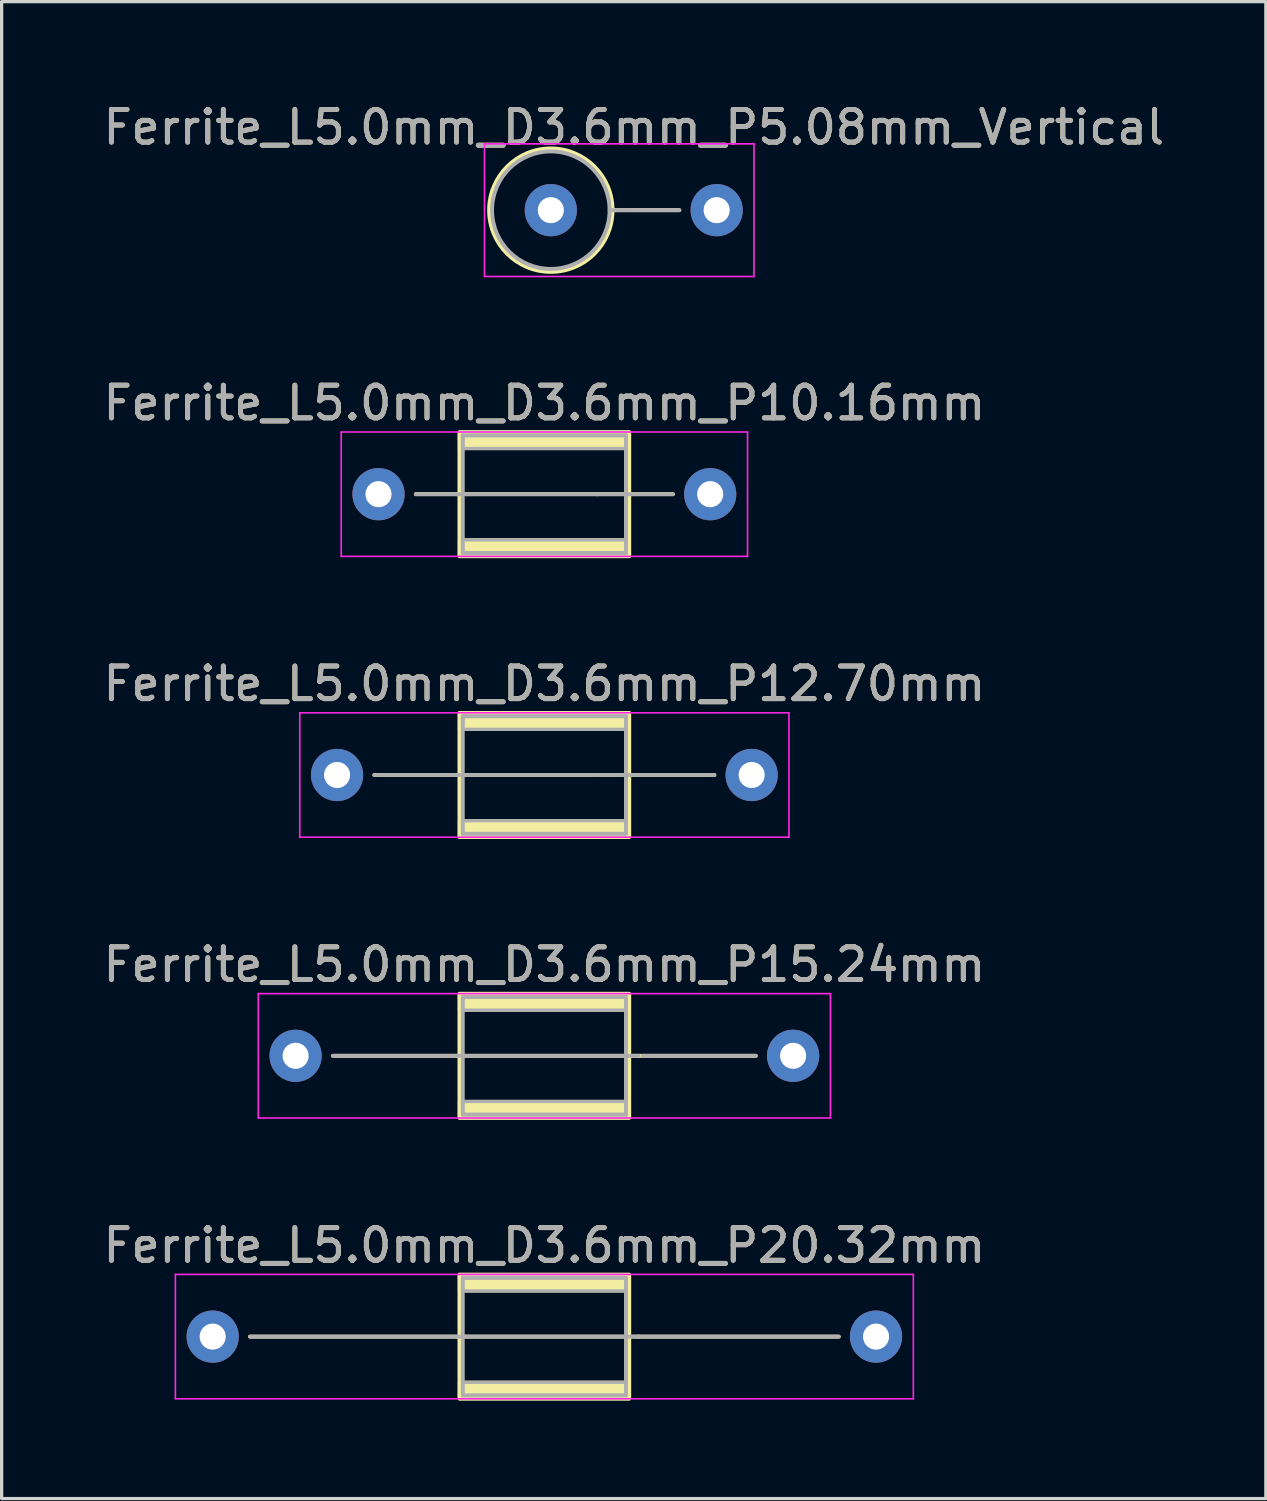
<source format=kicad_pcb>
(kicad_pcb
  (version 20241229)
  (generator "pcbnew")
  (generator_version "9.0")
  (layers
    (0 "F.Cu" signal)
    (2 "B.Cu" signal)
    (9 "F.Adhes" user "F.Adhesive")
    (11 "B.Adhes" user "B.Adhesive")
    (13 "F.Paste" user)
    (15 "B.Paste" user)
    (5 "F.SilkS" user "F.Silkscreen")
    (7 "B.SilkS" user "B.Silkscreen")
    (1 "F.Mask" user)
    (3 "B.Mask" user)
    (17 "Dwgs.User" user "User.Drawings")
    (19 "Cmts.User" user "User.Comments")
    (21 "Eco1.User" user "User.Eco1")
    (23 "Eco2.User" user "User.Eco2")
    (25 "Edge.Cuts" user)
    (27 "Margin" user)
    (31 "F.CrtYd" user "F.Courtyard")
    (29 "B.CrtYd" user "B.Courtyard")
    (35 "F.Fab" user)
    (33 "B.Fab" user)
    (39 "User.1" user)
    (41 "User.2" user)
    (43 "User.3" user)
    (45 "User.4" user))
  (footprint "Ferrite_L5.0mm_D3.6mm_P5.08mm_Vertical"
    (layer "F.Cu")
    (at 13.823 3.388)
    (property "Reference" "Ferrite_L5.0mm_D3.6mm_P5.08mm_Vertical" (at 2.54 -2.54 0) (layer "F.SilkS") (effects (font (size 1 1) (thickness 0.15))))
    (fp_line (start 3.937 0) (end 1.89 0) (stroke (width 0.12) (type solid)) (layer "F.SilkS"))
    (fp_circle (center 0 0) (end 1.89 0) (stroke (width 0.12) (type solid)) (fill no) (layer "F.SilkS"))
    (fp_line (start -2.032 -2.032) (end 6.223 -2.032) (stroke (width 0.05) (type solid)) (layer "F.CrtYd"))
    (fp_line (start -2.032 2.032) (end -2.032 -2.032) (stroke (width 0.05) (type solid)) (layer "F.CrtYd"))
    (fp_line (start 6.223 -2.032) (end 6.223 2.032) (stroke (width 0.05) (type solid)) (layer "F.CrtYd"))
    (fp_line (start 6.223 2.032) (end -2.032 2.032) (stroke (width 0.05) (type solid)) (layer "F.CrtYd"))
    (fp_line (start 3.937 0) (end 1.8 0) (stroke (width 0.12) (type solid)) (layer "F.Fab"))
    (fp_circle (center 0 0) (end 1.8 0) (stroke (width 0.12) (type solid)) (fill no) (layer "F.Fab"))
    (fp_text user "${REFERENCE}" (at 2.54 -2.539 0) (layer "F.Fab") (effects (font (size 1 1) (thickness 0.15))))
    (pad "1" thru_hole circle (at 0 0) (size 1.6 1.6) (drill 0.8) (layers "*.Cu" "*.Mask"))
    (pad "2" thru_hole circle (at 5.08 0) (size 1.6 1.6) (drill 0.8) (layers "*.Cu" "*.Mask")))
  (footprint "Ferrite_L5.0mm_D3.6mm_P20.32mm"
    (layer "F.Cu")
    (at 3.465 37.894)
    (property "Reference" "Ferrite_L5.0mm_D3.6mm_P20.32mm" (at 10.16 -2.794 0) (layer "F.SilkS") (effects (font (size 1 1) (thickness 0.15))))
    (fp_line (start 13.044 0.000002) (end 1.143 0) (stroke (width 0.12) (type solid)) (layer "F.SilkS"))
    (fp_line (start 13.044 0.000002) (end 19.177 0) (stroke (width 0.12) (type solid)) (layer "F.SilkS"))
    (fp_rect (start 7.56 -1.9) (end 12.76 1.9) (stroke (width 0.12) (type solid)) (fill no) (layer "F.SilkS"))
    (fp_poly (pts (xy 12.76 -1.4) (xy 7.56 -1.4) (xy 7.56 -1.9) (xy 12.76 -1.9)) (stroke (width 0.1) (type solid)) (fill yes) (layer "F.SilkS"))
    (fp_poly (pts (xy 12.76 1.9) (xy 7.56 1.9) (xy 7.56 1.4) (xy 12.76 1.4)) (stroke (width 0.1) (type solid)) (fill yes) (layer "F.SilkS"))
    (fp_line (start -1.143 -1.905) (end 21.463 -1.905) (stroke (width 0.05) (type solid)) (layer "F.CrtYd"))
    (fp_line (start -1.143 1.905) (end -1.143 -1.905) (stroke (width 0.05) (type solid)) (layer "F.CrtYd"))
    (fp_line (start 21.463 -1.905) (end 21.463 1.905) (stroke (width 0.05) (type solid)) (layer "F.CrtYd"))
    (fp_line (start 21.463 1.905) (end -1.143 1.905) (stroke (width 0.05) (type solid)) (layer "F.CrtYd"))
    (fp_line (start 7.66 -1.8) (end 12.66 -1.8) (stroke (width 0.12) (type solid)) (layer "F.Fab"))
    (fp_line (start 7.66 0) (end 7.66 -1.8) (stroke (width 0.12) (type solid)) (layer "F.Fab"))
    (fp_line (start 7.66 1.8) (end 7.66 0) (stroke (width 0.12) (type solid)) (layer "F.Fab"))
    (fp_line (start 12.66 -1.8) (end 12.66 1.8) (stroke (width 0.12) (type solid)) (layer "F.Fab"))
    (fp_line (start 12.66 1.8) (end 7.66 1.8) (stroke (width 0.12) (type solid)) (layer "F.Fab"))
    (fp_line (start 13.044 0.000002) (end 1.143 0) (stroke (width 0.12) (type solid)) (layer "F.Fab"))
    (fp_line (start 13.044 0.000002) (end 19.177 0) (stroke (width 0.12) (type solid)) (layer "F.Fab"))
    (fp_poly (pts (xy 12.66 -1.4) (xy 7.66 -1.4) (xy 7.66 -1.8) (xy 12.66 -1.8)) (stroke (width 0.1) (type solid)) (fill no) (layer "F.Fab"))
    (fp_poly (pts (xy 12.66 1.8) (xy 7.66 1.8) (xy 7.66 1.4) (xy 12.66 1.4)) (stroke (width 0.1) (type solid)) (fill no) (layer "F.Fab"))
    (fp_text user "${REFERENCE}" (at 10.16 -2.793 0) (layer "F.Fab") (effects (font (size 1 1) (thickness 0.15))))
    (pad "1" thru_hole circle (at 0 0) (size 1.6 1.6) (drill 0.8) (layers "*.Cu" "*.Mask"))
    (pad "2" thru_hole circle (at 20.32 0) (size 1.6 1.6) (drill 0.8) (layers "*.Cu" "*.Mask")))
  (footprint "Ferrite_L5.0mm_D3.6mm_P10.16mm"
    (layer "F.Cu")
    (at 8.545 12.088)
    (property "Reference" "Ferrite_L5.0mm_D3.6mm_P10.16mm" (at 5.08 -2.794 0) (layer "F.SilkS") (effects (font (size 1 1) (thickness 0.15))))
    (fp_line (start 6.694 0.000002) (end 1.143 0) (stroke (width 0.12) (type solid)) (layer "F.SilkS"))
    (fp_line (start 6.694 0.000002) (end 9.017 0) (stroke (width 0.12) (type solid)) (layer "F.SilkS"))
    (fp_rect (start 2.48 -1.9) (end 7.68 1.9) (stroke (width 0.12) (type solid)) (fill no) (layer "F.SilkS"))
    (fp_poly (pts (xy 7.68 -1.4) (xy 2.48 -1.4) (xy 2.48 -1.9) (xy 7.68 -1.9)) (stroke (width 0.1) (type solid)) (fill yes) (layer "F.SilkS"))
    (fp_poly (pts (xy 7.68 1.9) (xy 2.48 1.9) (xy 2.48 1.4) (xy 7.68 1.4)) (stroke (width 0.1) (type solid)) (fill yes) (layer "F.SilkS"))
    (fp_line (start -1.143 -1.905) (end 11.303 -1.905) (stroke (width 0.05) (type solid)) (layer "F.CrtYd"))
    (fp_line (start -1.143 1.905) (end -1.143 -1.905) (stroke (width 0.05) (type solid)) (layer "F.CrtYd"))
    (fp_line (start 11.303 -1.905) (end 11.303 1.905) (stroke (width 0.05) (type solid)) (layer "F.CrtYd"))
    (fp_line (start 11.303 1.905) (end -1.143 1.905) (stroke (width 0.05) (type solid)) (layer "F.CrtYd"))
    (fp_line (start 2.58 -1.8) (end 7.58 -1.8) (stroke (width 0.12) (type solid)) (layer "F.Fab"))
    (fp_line (start 2.58 0) (end 2.58 -1.8) (stroke (width 0.12) (type solid)) (layer "F.Fab"))
    (fp_line (start 2.58 1.8) (end 2.58 0) (stroke (width 0.12) (type solid)) (layer "F.Fab"))
    (fp_line (start 6.694 0.000002) (end 1.143 0) (stroke (width 0.12) (type solid)) (layer "F.Fab"))
    (fp_line (start 6.694 0.000002) (end 9.017 0) (stroke (width 0.12) (type solid)) (layer "F.Fab"))
    (fp_line (start 7.58 -1.8) (end 7.58 1.8) (stroke (width 0.12) (type solid)) (layer "F.Fab"))
    (fp_line (start 7.58 1.8) (end 2.58 1.8) (stroke (width 0.12) (type solid)) (layer "F.Fab"))
    (fp_poly (pts (xy 7.58 -1.4) (xy 2.58 -1.4) (xy 2.58 -1.8) (xy 7.58 -1.8)) (stroke (width 0.1) (type solid)) (fill no) (layer "F.Fab"))
    (fp_poly (pts (xy 7.58 1.8) (xy 2.58 1.8) (xy 2.58 1.4) (xy 7.58 1.4)) (stroke (width 0.1) (type solid)) (fill no) (layer "F.Fab"))
    (fp_text user "${REFERENCE}" (at 5.08 -2.793 0) (layer "F.Fab") (effects (font (size 1 1) (thickness 0.15))))
    (pad "1" thru_hole circle (at 0 0) (size 1.6 1.6) (drill 0.8) (layers "*.Cu" "*.Mask"))
    (pad "2" thru_hole circle (at 10.16 0) (size 1.6 1.6) (drill 0.8) (layers "*.Cu" "*.Mask")))
  (footprint "Ferrite_L5.0mm_D3.6mm_P15.24mm"
    (layer "F.Cu")
    (at 6.005 29.292)
    (property "Reference" "Ferrite_L5.0mm_D3.6mm_P15.24mm" (at 7.62 -2.794 0) (layer "F.SilkS") (effects (font (size 1 1) (thickness 0.15))))
    (fp_line (start 10.504 0.000002) (end 1.143 0) (stroke (width 0.12) (type solid)) (layer "F.SilkS"))
    (fp_line (start 10.504 0.000002) (end 14.097 0) (stroke (width 0.12) (type solid)) (layer "F.SilkS"))
    (fp_rect (start 5.02 -1.9) (end 10.22 1.9) (stroke (width 0.12) (type solid)) (fill no) (layer "F.SilkS"))
    (fp_poly (pts (xy 10.22 -1.4) (xy 5.02 -1.4) (xy 5.02 -1.9) (xy 10.22 -1.9)) (stroke (width 0.1) (type solid)) (fill yes) (layer "F.SilkS"))
    (fp_poly (pts (xy 10.22 1.9) (xy 5.02 1.9) (xy 5.02 1.4) (xy 10.22 1.4)) (stroke (width 0.1) (type solid)) (fill yes) (layer "F.SilkS"))
    (fp_line (start -1.143 -1.905) (end 16.383 -1.905) (stroke (width 0.05) (type solid)) (layer "F.CrtYd"))
    (fp_line (start -1.143 1.905) (end -1.143 -1.905) (stroke (width 0.05) (type solid)) (layer "F.CrtYd"))
    (fp_line (start 16.383 -1.905) (end 16.383 1.905) (stroke (width 0.05) (type solid)) (layer "F.CrtYd"))
    (fp_line (start 16.383 1.905) (end -1.143 1.905) (stroke (width 0.05) (type solid)) (layer "F.CrtYd"))
    (fp_line (start 5.12 -1.8) (end 10.12 -1.8) (stroke (width 0.12) (type solid)) (layer "F.Fab"))
    (fp_line (start 5.12 0) (end 5.12 -1.8) (stroke (width 0.12) (type solid)) (layer "F.Fab"))
    (fp_line (start 5.12 1.8) (end 5.12 0) (stroke (width 0.12) (type solid)) (layer "F.Fab"))
    (fp_line (start 10.12 -1.8) (end 10.12 1.8) (stroke (width 0.12) (type solid)) (layer "F.Fab"))
    (fp_line (start 10.12 1.8) (end 5.12 1.8) (stroke (width 0.12) (type solid)) (layer "F.Fab"))
    (fp_line (start 10.504 0.000002) (end 1.143 0) (stroke (width 0.12) (type solid)) (layer "F.Fab"))
    (fp_line (start 10.631 0.000002) (end 14.097 0) (stroke (width 0.12) (type solid)) (layer "F.Fab"))
    (fp_poly (pts (xy 10.12 -1.4) (xy 5.12 -1.4) (xy 5.12 -1.8) (xy 10.12 -1.8)) (stroke (width 0.1) (type solid)) (fill no) (layer "F.Fab"))
    (fp_poly (pts (xy 10.12 1.8) (xy 5.12 1.8) (xy 5.12 1.4) (xy 10.12 1.4)) (stroke (width 0.1) (type solid)) (fill no) (layer "F.Fab"))
    (fp_text user "${REFERENCE}" (at 7.62 -2.793 0) (layer "F.Fab") (effects (font (size 1 1) (thickness 0.15))))
    (pad "1" thru_hole circle (at 0 0) (size 1.6 1.6) (drill 0.8) (layers "*.Cu" "*.Mask"))
    (pad "2" thru_hole circle (at 15.24 0) (size 1.6 1.6) (drill 0.8) (layers "*.Cu" "*.Mask")))
  (footprint "Ferrite_L5.0mm_D3.6mm_P12.70mm"
    (layer "F.Cu")
    (at 7.275 20.69)
    (property "Reference" "Ferrite_L5.0mm_D3.6mm_P12.70mm" (at 6.35 -2.794 0) (layer "F.SilkS") (effects (font (size 1 1) (thickness 0.15))))
    (fp_line (start 7.964 0.000002) (end 1.143 0) (stroke (width 0.12) (type solid)) (layer "F.SilkS"))
    (fp_line (start 7.964 0.000002) (end 11.557 0) (stroke (width 0.12) (type solid)) (layer "F.SilkS"))
    (fp_rect (start 3.75 -1.9) (end 8.95 1.9) (stroke (width 0.12) (type solid)) (fill no) (layer "F.SilkS"))
    (fp_poly (pts (xy 8.95 -1.4) (xy 3.75 -1.4) (xy 3.75 -1.9) (xy 8.95 -1.9)) (stroke (width 0.1) (type solid)) (fill yes) (layer "F.SilkS"))
    (fp_poly (pts (xy 8.95 1.9) (xy 3.75 1.9) (xy 3.75 1.4) (xy 8.95 1.4)) (stroke (width 0.1) (type solid)) (fill yes) (layer "F.SilkS"))
    (fp_line (start -1.143 -1.905) (end 13.843 -1.905) (stroke (width 0.05) (type solid)) (layer "F.CrtYd"))
    (fp_line (start -1.143 1.905) (end -1.143 -1.905) (stroke (width 0.05) (type solid)) (layer "F.CrtYd"))
    (fp_line (start 13.843 -1.905) (end 13.843 1.905) (stroke (width 0.05) (type solid)) (layer "F.CrtYd"))
    (fp_line (start 13.843 1.905) (end -1.143 1.905) (stroke (width 0.05) (type solid)) (layer "F.CrtYd"))
    (fp_line (start 3.85 -1.8) (end 8.85 -1.8) (stroke (width 0.12) (type solid)) (layer "F.Fab"))
    (fp_line (start 3.85 0) (end 3.85 -1.8) (stroke (width 0.12) (type solid)) (layer "F.Fab"))
    (fp_line (start 3.85 1.8) (end 3.85 0) (stroke (width 0.12) (type solid)) (layer "F.Fab"))
    (fp_line (start 7.964 0.000002) (end 1.143 0) (stroke (width 0.12) (type solid)) (layer "F.Fab"))
    (fp_line (start 7.964 0.000002) (end 11.557 0) (stroke (width 0.12) (type solid)) (layer "F.Fab"))
    (fp_line (start 8.85 -1.8) (end 8.85 1.8) (stroke (width 0.12) (type solid)) (layer "F.Fab"))
    (fp_line (start 8.85 1.8) (end 3.85 1.8) (stroke (width 0.12) (type solid)) (layer "F.Fab"))
    (fp_poly (pts (xy 8.85 -1.4) (xy 3.85 -1.4) (xy 3.85 -1.8) (xy 8.85 -1.8)) (stroke (width 0.1) (type solid)) (fill no) (layer "F.Fab"))
    (fp_poly (pts (xy 8.85 1.8) (xy 3.85 1.8) (xy 3.85 1.4) (xy 8.85 1.4)) (stroke (width 0.1) (type solid)) (fill no) (layer "F.Fab"))
    (fp_text user "${REFERENCE}" (at 6.35 -2.793 0) (layer "F.Fab") (effects (font (size 1 1) (thickness 0.15))))
    (pad "1" thru_hole circle (at 0 0) (size 1.6 1.6) (drill 0.8) (layers "*.Cu" "*.Mask"))
    (pad "2" thru_hole circle (at 12.7 0) (size 1.6 1.6) (drill 0.8) (layers "*.Cu" "*.Mask")))
  (gr_rect
    (start -3 -3)
    (end 35.726 42.854)
    (stroke (width 0.1) (type default))
    (fill no)
    (layer "Edge.Cuts")))
</source>
